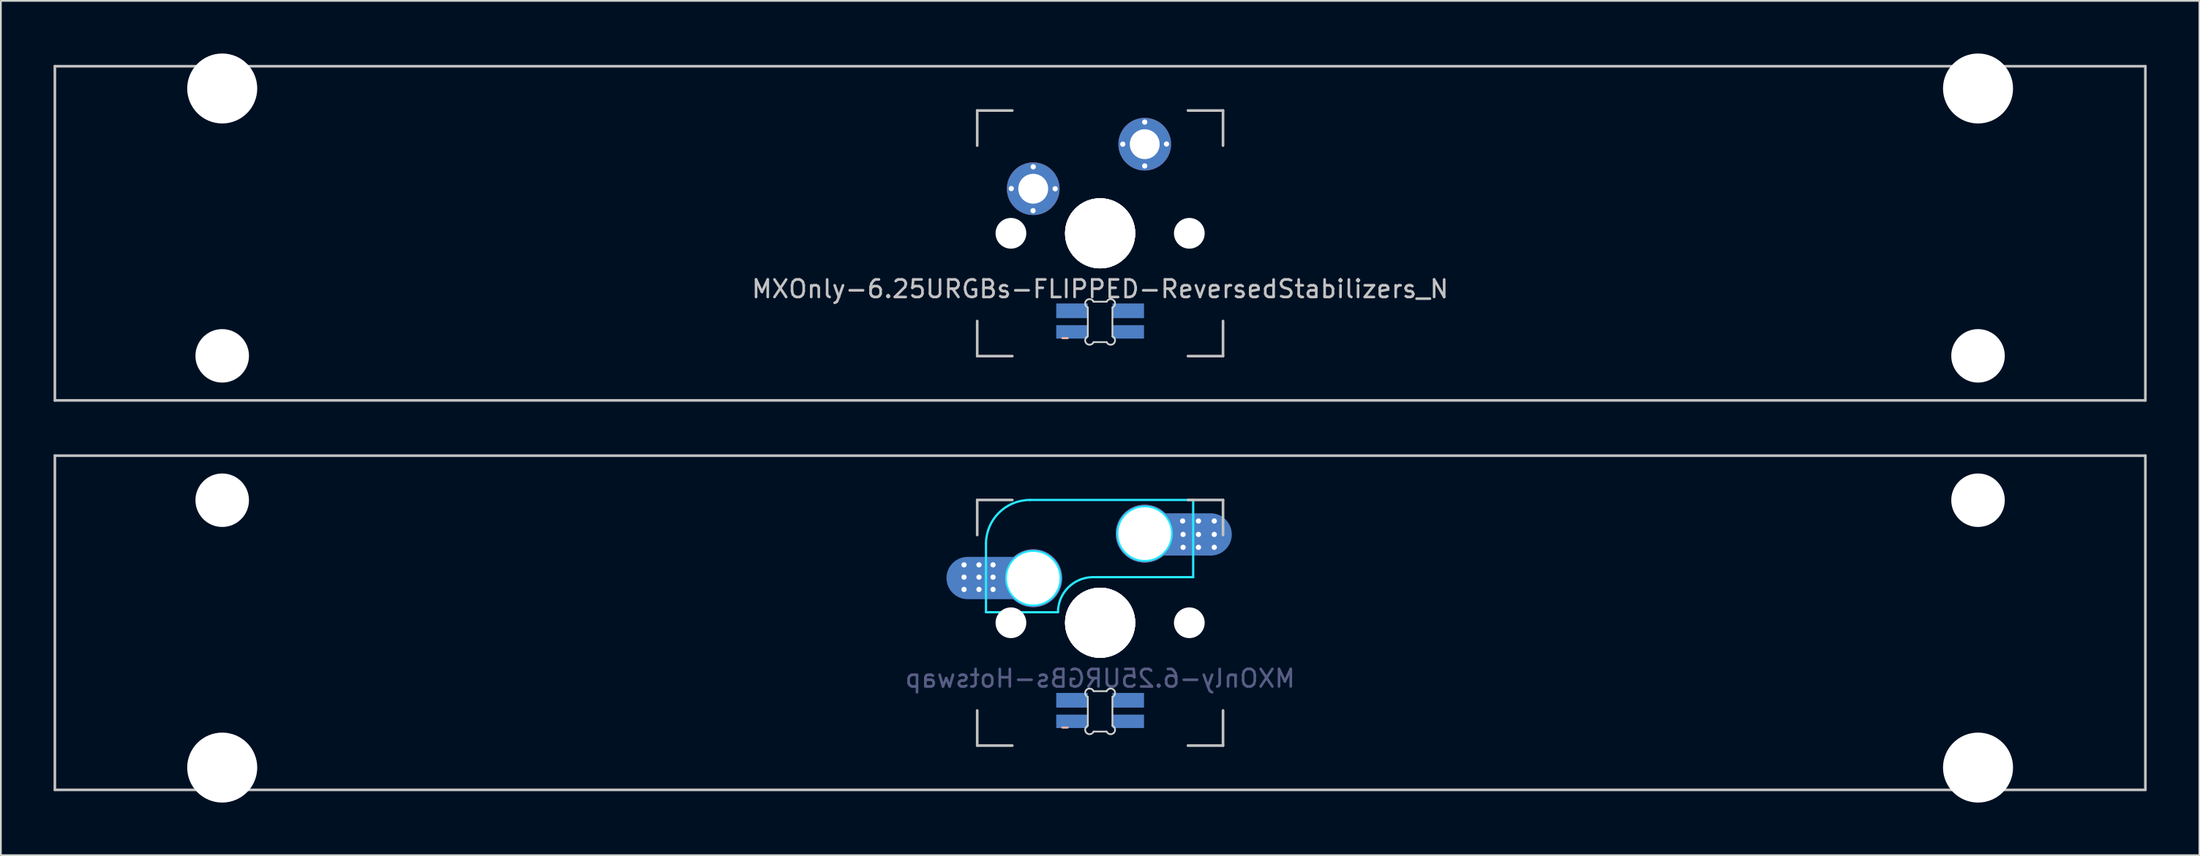
<source format=kicad_pcb>
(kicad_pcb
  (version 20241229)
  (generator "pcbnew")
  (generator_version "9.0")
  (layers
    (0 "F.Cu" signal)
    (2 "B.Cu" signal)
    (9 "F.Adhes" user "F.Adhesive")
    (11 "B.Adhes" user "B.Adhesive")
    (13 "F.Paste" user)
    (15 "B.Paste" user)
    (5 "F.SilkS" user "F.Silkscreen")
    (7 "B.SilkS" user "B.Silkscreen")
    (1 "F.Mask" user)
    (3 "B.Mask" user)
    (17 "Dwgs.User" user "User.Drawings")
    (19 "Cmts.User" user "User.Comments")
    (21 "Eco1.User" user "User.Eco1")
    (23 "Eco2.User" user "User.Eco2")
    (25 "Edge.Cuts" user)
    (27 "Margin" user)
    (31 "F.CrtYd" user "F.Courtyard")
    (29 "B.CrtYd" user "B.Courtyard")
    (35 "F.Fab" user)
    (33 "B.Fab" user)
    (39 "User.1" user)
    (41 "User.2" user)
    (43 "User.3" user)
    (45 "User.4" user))
  (footprint "MXOnly-6.25URGBs-FLIPPED-ReversedStabilizers_N"
    (layer "F.Cu")
    (at 59.606 10.249)
    (property "Reference" "MXOnly-6.25URGBs-FLIPPED-ReversedStabilizers_N" (at 0 3.175 0) (layer "Dwgs.User") (effects (font (size 1 1) (thickness 0.15))))
    (attr through_hole)
    (fp_line (start -2.15 5.975) (end -1.85 5.975) (stroke (width 0.12) (type solid)) (layer "B.SilkS"))
    (fp_line (start -59.531 -9.525) (end 59.531 -9.525) (stroke (width 0.15) (type solid)) (layer "Dwgs.User"))
    (fp_line (start -59.531 9.525) (end -59.531 -9.525) (stroke (width 0.15) (type solid)) (layer "Dwgs.User"))
    (fp_line (start -59.531 9.525) (end 59.531 9.525) (stroke (width 0.15) (type solid)) (layer "Dwgs.User"))
    (fp_line (start -7 -7) (end -7 -5) (stroke (width 0.15) (type solid)) (layer "Dwgs.User"))
    (fp_line (start -7 5) (end -7 7) (stroke (width 0.15) (type solid)) (layer "Dwgs.User"))
    (fp_line (start -7 7) (end -5 7) (stroke (width 0.15) (type solid)) (layer "Dwgs.User"))
    (fp_line (start -5 -7) (end -7 -7) (stroke (width 0.15) (type solid)) (layer "Dwgs.User"))
    (fp_line (start 5 -7) (end 7 -7) (stroke (width 0.15) (type solid)) (layer "Dwgs.User"))
    (fp_line (start 5 7) (end 7 7) (stroke (width 0.15) (type solid)) (layer "Dwgs.User"))
    (fp_line (start 7 -7) (end 7 -5) (stroke (width 0.15) (type solid)) (layer "Dwgs.User"))
    (fp_line (start 7 7) (end 7 5) (stroke (width 0.15) (type solid)) (layer "Dwgs.User"))
    (fp_line (start 59.531 -9.525) (end 59.531 9.525) (stroke (width 0.15) (type solid)) (layer "Dwgs.User"))
    (fp_line (start -0.701 5.873) (end -0.701 4.229) (stroke (width 0.1) (type solid)) (layer "Edge.Cuts"))
    (fp_line (start -0.372 3.9) (end 0.372 3.9) (stroke (width 0.1) (type solid)) (layer "Edge.Cuts"))
    (fp_line (start 0.372 6.202) (end -0.372 6.202) (stroke (width 0.1) (type solid)) (layer "Edge.Cuts"))
    (fp_line (start 0.701 4.229) (end 0.701 5.873) (stroke (width 0.1) (type solid)) (layer "Edge.Cuts"))
    (fp_arc (start -0.701007 4.229129) (mid -0.777791 3.823216) (end -0.371878 3.9) (stroke (width 0.1) (type solid)) (layer "Edge.Cuts"))
    (fp_arc (start -0.371878 6.202013) (mid -0.777748 6.278754) (end -0.701007 5.872884) (stroke (width 0.1) (type solid)) (layer "Edge.Cuts"))
    (fp_arc (start 0.371877 3.9) (mid 0.777804 3.823208) (end 0.701006 4.229129) (stroke (width 0.1) (type solid)) (layer "Edge.Cuts"))
    (fp_arc (start 0.701006 5.872884) (mid 0.777758 6.278765) (end 0.371877 6.202013) (stroke (width 0.1) (type solid)) (layer "Edge.Cuts"))
    (pad "" np_thru_hole circle (at -50 -8.255) (size 3.988 3.988) (drill 3.988) (layers "*.Cu" "*.Mask"))
    (pad "" np_thru_hole circle (at -50 6.985) (size 3.048 3.048) (drill 3.048) (layers "*.Cu" "*.Mask"))
    (pad "" np_thru_hole circle (at -5.08 0 48.1) (size 1.75 1.75) (drill 1.75) (layers "*.Cu" "*.Mask"))
    (pad "" np_thru_hole circle (at 0 0) (size 3.988 3.988) (drill 3.988) (layers "*.Cu" "*.Mask"))
    (pad "" np_thru_hole circle (at 0 0) (size 3.988 3.988) (drill 3.988) (layers "*.Cu" "*.Mask"))
    (pad "" np_thru_hole circle (at 0 0) (size 4 4) (drill 4) (layers "*.Cu" "*.Mask"))
    (pad "" np_thru_hole circle (at 0 0) (size 4 4) (drill 4) (layers "*.Cu" "*.Mask"))
    (pad "" np_thru_hole circle (at 5.08 0 48.1) (size 1.75 1.75) (drill 1.75) (layers "*.Cu" "*.Mask"))
    (pad "" np_thru_hole circle (at 50 -8.255) (size 3.988 3.988) (drill 3.988) (layers "*.Cu" "*.Mask"))
    (pad "" np_thru_hole circle (at 50 6.985) (size 3.048 3.048) (drill 3.048) (layers "*.Cu" "*.Mask"))
    (pad "1" thru_hole circle (at -5.06 -2.55 180) (size 0.4 0.4) (drill 0.3) (layers "*.Cu" "B.Mask"))
    (pad "1" thru_hole circle (at -3.82 -1.29 180) (size 0.4 0.4) (drill 0.3) (layers "*.Cu" "B.Mask"))
    (pad "1" thru_hole circle (at -3.81 -3.79 180) (size 0.4 0.4) (drill 0.3) (layers "*.Cu" "B.Mask"))
    (pad "1" thru_hole circle (at -3.81 -2.54) (size 3 3) (drill 1.7) (layers "*.Cu" "B.Mask"))
    (pad "1" thru_hole circle (at -2.56 -2.54 180) (size 0.4 0.4) (drill 0.3) (layers "*.Cu" "B.Mask"))
    (pad "2" thru_hole circle (at 1.29 -5.08 180) (size 0.4 0.4) (drill 0.3) (layers "*.Cu" "B.Mask"))
    (pad "2" thru_hole circle (at 2.54 -6.34 180) (size 0.4 0.4) (drill 0.3) (layers "*.Cu" "B.Mask"))
    (pad "2" thru_hole circle (at 2.54 -5.08) (size 3 3) (drill 1.7) (layers "*.Cu" "B.Mask"))
    (pad "2" thru_hole circle (at 2.54 -3.84 180) (size 0.4 0.4) (drill 0.3) (layers "*.Cu" "B.Mask"))
    (pad "2" thru_hole circle (at 3.78 -5.09 180) (size 0.4 0.4) (drill 0.3) (layers "*.Cu" "B.Mask"))
    (pad "3" smd rect (at 1.6 4.418) (size 1.8 0.836) (layers "B.Cu" "B.Mask" "B.Paste"))
    (pad "4" smd rect (at -1.6 4.418) (size 1.8 0.836) (layers "B.Cu" "B.Mask" "B.Paste"))
    (pad "5" smd rect (at 1.6 5.618) (size 1.8 0.764) (layers "B.Cu" "B.Mask" "B.Paste"))
    (pad "6" smd rect (at -1.6 5.618) (size 1.8 0.764) (layers "B.Cu" "B.Mask" "B.Paste")))
  (footprint "MXOnly-6.25URGBs-Hotswap"
    (layer "F.Cu")
    (at 59.606 32.449)
    (property "Reference" "MXOnly-6.25URGBs-Hotswap" (at 0 3.175 0) (layer "B.Fab") (effects (font (size 1 1) (thickness 0.15)) (justify mirror)))
    (attr smd)
    (fp_line (start -2.15 5.975) (end -1.85 5.975) (stroke (width 0.12) (type solid)) (layer "B.SilkS"))
    (fp_line (start -59.531 -9.525) (end 59.531 -9.525) (stroke (width 0.15) (type solid)) (layer "Dwgs.User"))
    (fp_line (start -59.531 9.525) (end -59.531 -9.525) (stroke (width 0.15) (type solid)) (layer "Dwgs.User"))
    (fp_line (start -7 -7) (end -7 -5) (stroke (width 0.15) (type solid)) (layer "Dwgs.User"))
    (fp_line (start -7 5) (end -7 7) (stroke (width 0.15) (type solid)) (layer "Dwgs.User"))
    (fp_line (start -7 7) (end -5 7) (stroke (width 0.15) (type solid)) (layer "Dwgs.User"))
    (fp_line (start -5 -7) (end -7 -7) (stroke (width 0.15) (type solid)) (layer "Dwgs.User"))
    (fp_line (start 5 -7) (end 7 -7) (stroke (width 0.15) (type solid)) (layer "Dwgs.User"))
    (fp_line (start 5 7) (end 7 7) (stroke (width 0.15) (type solid)) (layer "Dwgs.User"))
    (fp_line (start 7 -5) (end 7 -7) (stroke (width 0.15) (type solid)) (layer "Dwgs.User"))
    (fp_line (start 7 7) (end 7 5) (stroke (width 0.15) (type solid)) (layer "Dwgs.User"))
    (fp_line (start 59.531 -9.525) (end 59.531 9.525) (stroke (width 0.15) (type solid)) (layer "Dwgs.User"))
    (fp_line (start 59.531 9.525) (end -59.531 9.525) (stroke (width 0.15) (type solid)) (layer "Dwgs.User"))
    (fp_line (start -0.701 5.873) (end -0.701 4.229) (stroke (width 0.1) (type solid)) (layer "Edge.Cuts"))
    (fp_line (start -0.372 3.9) (end 0.372 3.9) (stroke (width 0.1) (type solid)) (layer "Edge.Cuts"))
    (fp_line (start 0.372 6.202) (end -0.372 6.202) (stroke (width 0.1) (type solid)) (layer "Edge.Cuts"))
    (fp_line (start 0.701 4.229) (end 0.701 5.873) (stroke (width 0.1) (type solid)) (layer "Edge.Cuts"))
    (fp_arc (start -0.701007 4.229129) (mid -0.777791 3.823216) (end -0.371878 3.9) (stroke (width 0.1) (type solid)) (layer "Edge.Cuts"))
    (fp_arc (start -0.371878 6.202013) (mid -0.777748 6.278754) (end -0.701007 5.872884) (stroke (width 0.1) (type solid)) (layer "Edge.Cuts"))
    (fp_arc (start 0.371877 3.9) (mid 0.777804 3.823208) (end 0.701006 4.229129) (stroke (width 0.1) (type solid)) (layer "Edge.Cuts"))
    (fp_arc (start 0.701006 5.872884) (mid 0.777758 6.278765) (end 0.371877 6.202013) (stroke (width 0.1) (type solid)) (layer "Edge.Cuts"))
    (fp_line (start -6.5 -4.5) (end -6.5 -0.6) (stroke (width 0.127) (type solid)) (layer "B.CrtYd"))
    (fp_line (start -6.5 -0.6) (end -2.4 -0.6) (stroke (width 0.127) (type solid)) (layer "B.CrtYd"))
    (fp_line (start -0.4 -2.6) (end 5.3 -2.6) (stroke (width 0.127) (type solid)) (layer "B.CrtYd"))
    (fp_line (start 5.3 -7) (end -4 -7) (stroke (width 0.127) (type solid)) (layer "B.CrtYd"))
    (fp_line (start 5.3 -7) (end 5.3 -2.6) (stroke (width 0.127) (type solid)) (layer "B.CrtYd"))
    (fp_arc (start -6.5 -4.5) (mid -5.767767 -6.267767) (end -4 -7) (stroke (width 0.127) (type solid)) (layer "B.CrtYd"))
    (fp_arc (start -2.4 -0.6) (mid -1.814214 -2.014214) (end -0.4 -2.6) (stroke (width 0.127) (type solid)) (layer "B.CrtYd"))
    (fp_circle (center -3.81 -2.54) (end -2.286 -2.54) (stroke (width 0.15) (type solid)) (fill no) (layer "B.CrtYd"))
    (fp_circle (center 2.54 -5.08) (end 2.54 -6.604) (stroke (width 0.15) (type solid)) (fill no) (layer "B.CrtYd"))
    (pad "" np_thru_hole circle (at -50 -6.985) (size 3.048 3.048) (drill 3.048) (layers "*.Cu" "*.Mask"))
    (pad "" np_thru_hole circle (at -50 8.255) (size 3.988 3.988) (drill 3.988) (layers "*.Cu" "*.Mask"))
    (pad "" np_thru_hole circle (at -5.08 0 48.1) (size 1.75 1.75) (drill 1.75) (layers "*.Cu" "*.Mask"))
    (pad "" np_thru_hole circle (at 0 0) (size 3.988 3.988) (drill 3.988) (layers "*.Cu" "*.Mask"))
    (pad "" np_thru_hole circle (at 0 0) (size 3.988 3.988) (drill 3.988) (layers "*.Cu" "*.Mask"))
    (pad "" np_thru_hole circle (at 0 0) (size 4 4) (drill 4) (layers "*.Cu" "*.Mask"))
    (pad "" np_thru_hole circle (at 0 0) (size 4 4) (drill 4) (layers "*.Cu" "*.Mask"))
    (pad "" np_thru_hole circle (at 5.08 0 48.1) (size 1.75 1.75) (drill 1.75) (layers "*.Cu" "*.Mask"))
    (pad "" np_thru_hole circle (at 50 -6.985) (size 3.048 3.048) (drill 3.048) (layers "*.Cu" "*.Mask"))
    (pad "" np_thru_hole circle (at 50 8.255) (size 3.988 3.988) (drill 3.988) (layers "*.Cu" "*.Mask"))
    (pad "1" thru_hole circle (at 2.54 -5.08) (size 3.3 3.3) (drill 3) (layers "*.Cu" "B.Mask"))
    (pad "1" thru_hole circle (at 4.7 -5.8) (size 0.4 0.4) (drill 0.3) (layers "*.Cu" "B.Mask"))
    (pad "1" thru_hole circle (at 4.725 -5.035) (size 0.4 0.4) (drill 0.3) (layers "*.Cu" "B.Mask"))
    (pad "1" thru_hole circle (at 4.725 -4.3) (size 0.4 0.4) (drill 0.3) (layers "*.Cu" "B.Mask"))
    (pad "1" smd oval (at 4.75 -5.035) (size 5.5 2.41) (layers "B.Cu" "B.Mask" "B.Paste"))
    (pad "1" thru_hole circle (at 5.6 -5.8) (size 0.4 0.4) (drill 0.3) (layers "*.Cu" "B.Mask"))
    (pad "1" thru_hole circle (at 5.6 -5.035) (size 0.4 0.4) (drill 0.3) (layers "*.Cu" "B.Mask"))
    (pad "1" thru_hole circle (at 5.6 -4.3) (size 0.4 0.4) (drill 0.3) (layers "*.Cu" "B.Mask"))
    (pad "1" thru_hole circle (at 6.5 -5.8) (size 0.4 0.4) (drill 0.3) (layers "*.Cu" "B.Mask"))
    (pad "1" thru_hole circle (at 6.5 -5.035) (size 0.4 0.4) (drill 0.3) (layers "*.Cu" "B.Mask"))
    (pad "1" thru_hole circle (at 6.5 -4.3) (size 0.4 0.4) (drill 0.3) (layers "*.Cu" "B.Mask"))
    (pad "2" thru_hole circle (at -7.75 -3.3) (size 0.4 0.4) (drill 0.3) (layers "*.Cu" "B.Mask"))
    (pad "2" thru_hole circle (at -7.75 -2.6) (size 0.4 0.4) (drill 0.3) (layers "*.Cu" "B.Mask"))
    (pad "2" thru_hole circle (at -7.75 -1.9) (size 0.4 0.4) (drill 0.3) (layers "*.Cu" "B.Mask"))
    (pad "2" thru_hole circle (at -6.9 -3.3) (size 0.4 0.4) (drill 0.3) (layers "*.Cu" "B.Mask"))
    (pad "2" thru_hole circle (at -6.9 -2.6) (size 0.4 0.4) (drill 0.3) (layers "*.Cu" "B.Mask"))
    (pad "2" thru_hole circle (at -6.9 -1.9) (size 0.4 0.4) (drill 0.3) (layers "*.Cu" "B.Mask"))
    (pad "2" thru_hole circle (at -6.1 -3.3) (size 0.4 0.4) (drill 0.3) (layers "*.Cu" "B.Mask"))
    (pad "2" thru_hole circle (at -6.1 -2.6) (size 0.4 0.4) (drill 0.3) (layers "*.Cu" "B.Mask"))
    (pad "2" thru_hole circle (at -6.1 -1.9) (size 0.4 0.4) (drill 0.3) (layers "*.Cu" "B.Mask"))
    (pad "2" smd oval (at -6 -2.55) (size 5.5 2.41) (layers "B.Cu" "B.Mask" "B.Paste"))
    (pad "2" thru_hole circle (at -3.81 -2.54) (size 3.3 3.3) (drill 3) (layers "*.Cu" "B.Mask"))
    (pad "3" smd rect (at 1.6 4.418) (size 1.8 0.836) (layers "B.Cu" "B.Mask" "B.Paste"))
    (pad "4" smd rect (at -1.6 4.418) (size 1.8 0.836) (layers "B.Cu" "B.Mask" "B.Paste"))
    (pad "5" smd rect (at 1.6 5.618) (size 1.8 0.764) (layers "B.Cu" "B.Mask" "B.Paste"))
    (pad "6" smd rect (at -1.6 5.618) (size 1.8 0.764) (layers "B.Cu" "B.Mask" "B.Paste")))
  (gr_rect
    (start -3 -3)
    (end 122.213 45.698)
    (stroke (width 0.1) (type default))
    (fill no)
    (layer "Edge.Cuts")))
</source>
